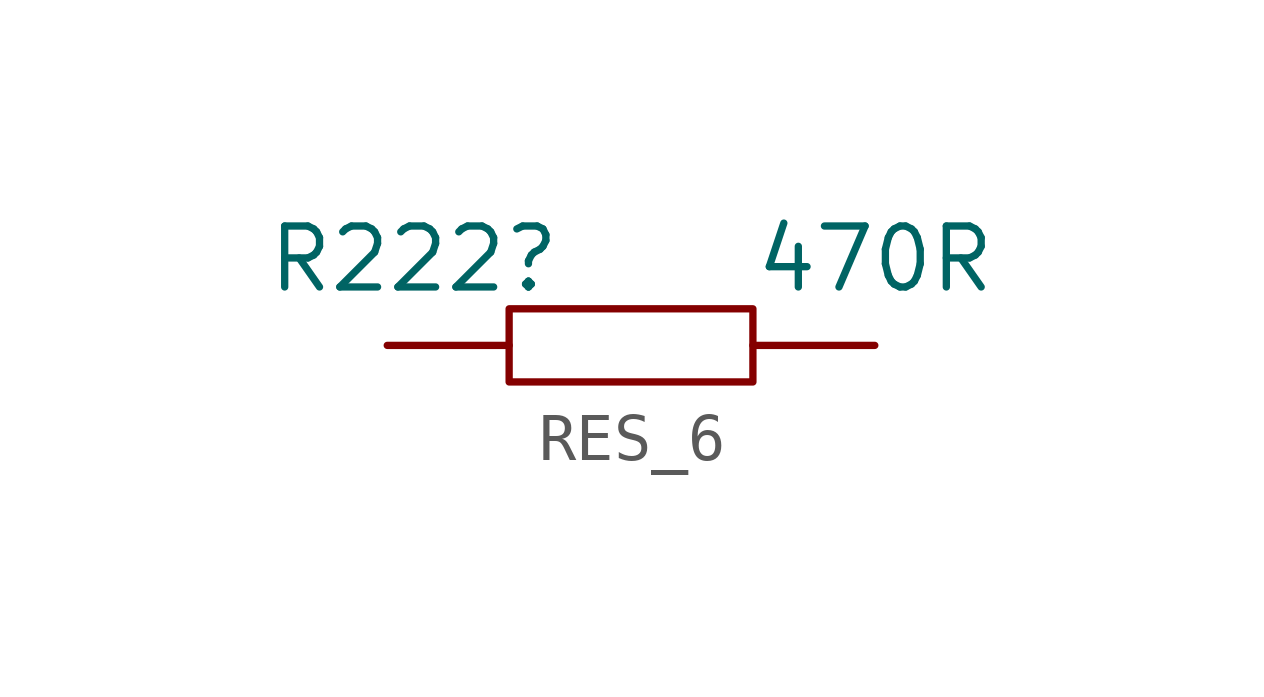
<source format=kicad_sym>
(kicad_symbol_lib
  (version 20241209)
  (generator "kicad_symbol_editor")
  (generator_version "9.0")
  (symbol "RES_6"
    (pin_numbers
      (hide yes))
    (pin_names
      (hide yes))
    (property "Reference" "R222"
      (at -5.08 0 0)
      (effects (font (size 1.27 1.27)) (justify left top)))
    (property "Value" "470R"
      (at 5.08 0 0)
      (effects (font (size 1.27 1.27)) (justify left top)))
    (symbol "RES_6_1_0"
      (rectangle (start 0 -1.778) (end 5.08 -3.302) (stroke (width 0) (type default)) (fill (type none)))
      (pin passive line (at -2.54 -2.54 0) (length 2.54) (name "1" (effects (font (size 1.27 1.27)))) (number "1" (effects (font (size 1.27 1.27)))))
      (pin passive line (at 7.62 -2.54 180) (length 2.54) (name "2" (effects (font (size 1.27 1.27)))) (number "2" (effects (font (size 1.27 1.27))))))))
</source>
